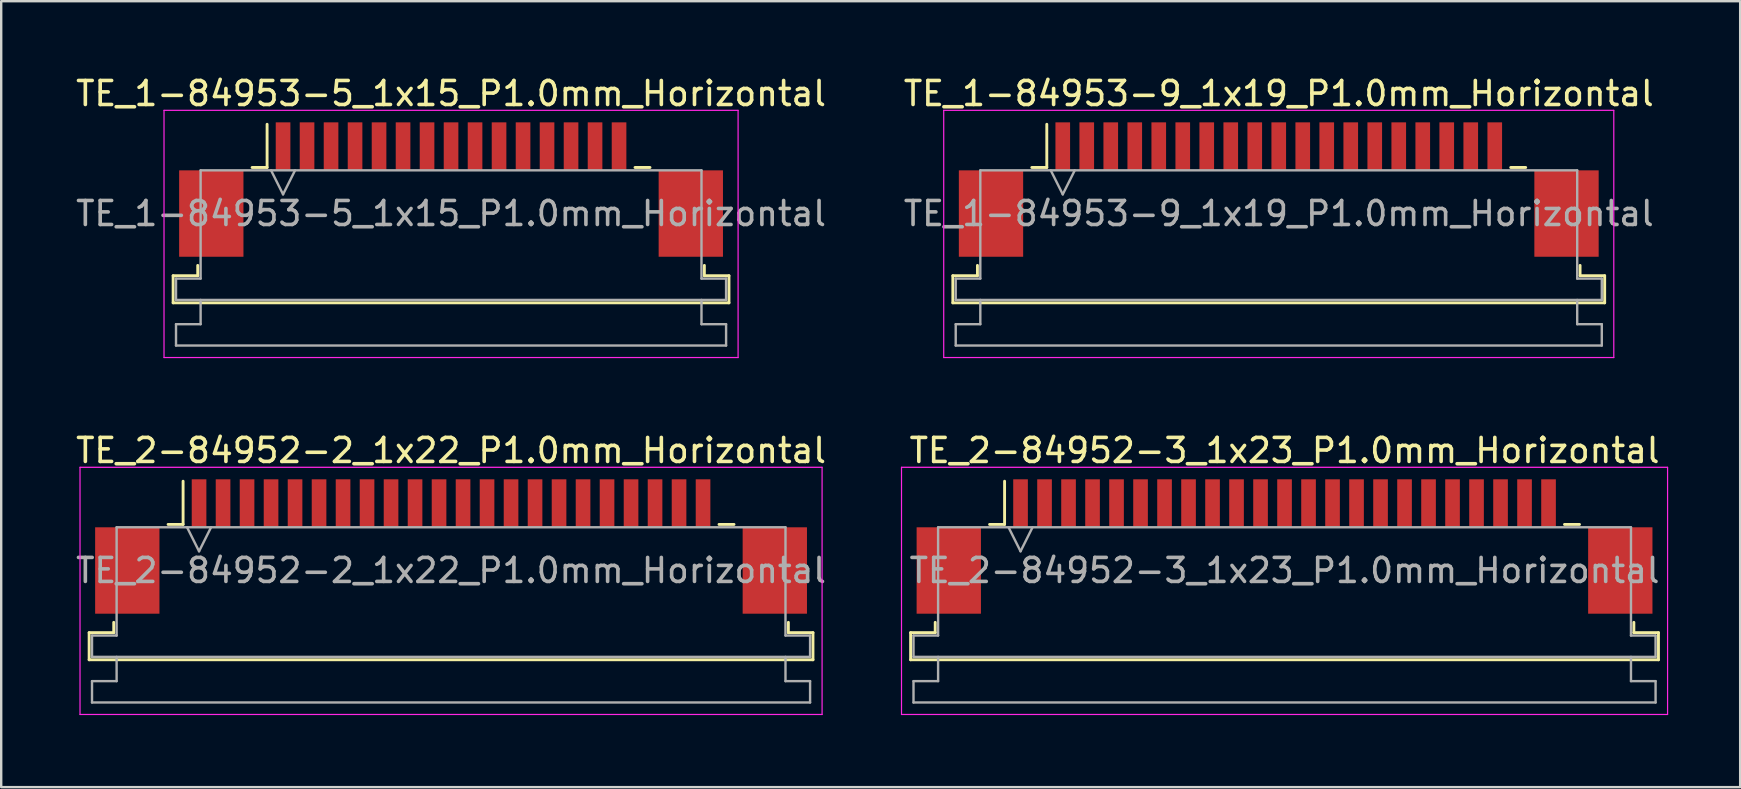
<source format=kicad_pcb>
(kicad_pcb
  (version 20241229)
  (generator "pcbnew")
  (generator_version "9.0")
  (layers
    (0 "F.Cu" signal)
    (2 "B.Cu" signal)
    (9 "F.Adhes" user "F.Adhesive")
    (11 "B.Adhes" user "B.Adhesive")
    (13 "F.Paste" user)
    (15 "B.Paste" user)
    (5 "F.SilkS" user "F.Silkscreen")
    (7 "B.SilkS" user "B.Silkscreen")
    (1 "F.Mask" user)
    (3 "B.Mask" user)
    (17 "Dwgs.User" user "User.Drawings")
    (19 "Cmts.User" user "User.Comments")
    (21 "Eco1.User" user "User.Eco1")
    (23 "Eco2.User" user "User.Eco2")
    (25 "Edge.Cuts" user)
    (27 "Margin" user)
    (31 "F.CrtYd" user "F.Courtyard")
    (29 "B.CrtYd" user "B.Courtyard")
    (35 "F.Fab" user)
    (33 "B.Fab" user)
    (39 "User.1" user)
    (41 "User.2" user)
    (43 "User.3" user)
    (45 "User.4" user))
  (footprint "TE_2-84952-3_1x23_P1.0mm_Horizontal"
    (layer "F.Cu")
    (at 50.473 19.721)
    (property "Reference" "TE_2-84952-3_1x23_P1.0mm_Horizontal" (at 0 -4 0) (layer "F.SilkS") (effects (font (size 1 1) (thickness 0.15))))
    (attr smd)
    (fp_line (start -15.58 3.59) (end -14.555 3.59) (stroke (width 0.12) (type solid)) (layer "F.SilkS"))
    (fp_line (start -15.58 4.72) (end -15.58 3.59) (stroke (width 0.12) (type solid)) (layer "F.SilkS"))
    (fp_line (start -14.555 3.59) (end -14.555 3.16) (stroke (width 0.12) (type solid)) (layer "F.SilkS"))
    (fp_line (start -12.29 -0.92) (end -11.665 -0.92) (stroke (width 0.12) (type solid)) (layer "F.SilkS"))
    (fp_line (start -11.665 -0.92) (end -11.665 -2.72) (stroke (width 0.12) (type solid)) (layer "F.SilkS"))
    (fp_line (start 11.665 -0.92) (end 12.29 -0.92) (stroke (width 0.12) (type solid)) (layer "F.SilkS"))
    (fp_line (start 14.555 3.16) (end 14.555 3.59) (stroke (width 0.12) (type solid)) (layer "F.SilkS"))
    (fp_line (start 14.555 3.59) (end 15.58 3.59) (stroke (width 0.12) (type solid)) (layer "F.SilkS"))
    (fp_line (start 15.58 3.59) (end 15.58 4.72) (stroke (width 0.12) (type solid)) (layer "F.SilkS"))
    (fp_line (start 15.58 4.72) (end -15.58 4.72) (stroke (width 0.12) (type solid)) (layer "F.SilkS"))
    (fp_line (start -15.96 -3.3) (end -15.96 7) (stroke (width 0.05) (type solid)) (layer "F.CrtYd"))
    (fp_line (start -15.96 7) (end 15.96 7) (stroke (width 0.05) (type solid)) (layer "F.CrtYd"))
    (fp_line (start 15.96 -3.3) (end -15.96 -3.3) (stroke (width 0.05) (type solid)) (layer "F.CrtYd"))
    (fp_line (start 15.96 7) (end 15.96 -3.3) (stroke (width 0.05) (type solid)) (layer "F.CrtYd"))
    (fp_line (start -15.46 3.71) (end -14.435 3.71) (stroke (width 0.1) (type solid)) (layer "F.Fab"))
    (fp_line (start -15.46 4.6) (end -15.46 3.71) (stroke (width 0.1) (type solid)) (layer "F.Fab"))
    (fp_line (start -15.46 5.61) (end -14.435 5.61) (stroke (width 0.1) (type solid)) (layer "F.Fab"))
    (fp_line (start -15.46 6.5) (end -15.46 5.61) (stroke (width 0.1) (type solid)) (layer "F.Fab"))
    (fp_line (start -14.435 -0.8) (end 14.435 -0.8) (stroke (width 0.1) (type solid)) (layer "F.Fab"))
    (fp_line (start -14.435 3.71) (end -14.435 -0.8) (stroke (width 0.1) (type solid)) (layer "F.Fab"))
    (fp_line (start -14.435 5.61) (end -14.435 4.6) (stroke (width 0.1) (type solid)) (layer "F.Fab"))
    (fp_line (start -11.5 -0.8) (end -11 0.2) (stroke (width 0.1) (type solid)) (layer "F.Fab"))
    (fp_line (start -11 0.2) (end -10.5 -0.8) (stroke (width 0.1) (type solid)) (layer "F.Fab"))
    (fp_line (start 14.435 -0.8) (end 14.435 3.71) (stroke (width 0.1) (type solid)) (layer "F.Fab"))
    (fp_line (start 14.435 3.71) (end 15.46 3.71) (stroke (width 0.1) (type solid)) (layer "F.Fab"))
    (fp_line (start 14.435 4.6) (end 14.435 5.61) (stroke (width 0.1) (type solid)) (layer "F.Fab"))
    (fp_line (start 14.435 5.61) (end 15.46 5.61) (stroke (width 0.1) (type solid)) (layer "F.Fab"))
    (fp_line (start 15.46 3.71) (end 15.46 4.6) (stroke (width 0.1) (type solid)) (layer "F.Fab"))
    (fp_line (start 15.46 4.6) (end -15.46 4.6) (stroke (width 0.1) (type solid)) (layer "F.Fab"))
    (fp_line (start 15.46 5.61) (end 15.46 6.5) (stroke (width 0.1) (type solid)) (layer "F.Fab"))
    (fp_line (start 15.46 6.5) (end -15.46 6.5) (stroke (width 0.1) (type solid)) (layer "F.Fab"))
    (fp_text user "${REFERENCE}" (at 0 1 0) (layer "F.Fab") (effects (font (size 1 1) (thickness 0.15))))
    (pad "" smd rect (at -13.99 1) (size 2.68 3.6) (layers "F.Cu" "F.Mask" "F.Paste"))
    (pad "" smd rect (at 13.99 1) (size 2.68 3.6) (layers "F.Cu" "F.Mask" "F.Paste"))
    (pad "1" smd rect (at -11 -1.8) (size 0.61 2) (layers "F.Cu" "F.Mask" "F.Paste"))
    (pad "2" smd rect (at -10 -1.8) (size 0.61 2) (layers "F.Cu" "F.Mask" "F.Paste"))
    (pad "3" smd rect (at -9 -1.8) (size 0.61 2) (layers "F.Cu" "F.Mask" "F.Paste"))
    (pad "4" smd rect (at -8 -1.8) (size 0.61 2) (layers "F.Cu" "F.Mask" "F.Paste"))
    (pad "5" smd rect (at -7 -1.8) (size 0.61 2) (layers "F.Cu" "F.Mask" "F.Paste"))
    (pad "6" smd rect (at -6 -1.8) (size 0.61 2) (layers "F.Cu" "F.Mask" "F.Paste"))
    (pad "7" smd rect (at -5 -1.8) (size 0.61 2) (layers "F.Cu" "F.Mask" "F.Paste"))
    (pad "8" smd rect (at -4 -1.8) (size 0.61 2) (layers "F.Cu" "F.Mask" "F.Paste"))
    (pad "9" smd rect (at -3 -1.8) (size 0.61 2) (layers "F.Cu" "F.Mask" "F.Paste"))
    (pad "10" smd rect (at -2 -1.8) (size 0.61 2) (layers "F.Cu" "F.Mask" "F.Paste"))
    (pad "11" smd rect (at -1 -1.8) (size 0.61 2) (layers "F.Cu" "F.Mask" "F.Paste"))
    (pad "12" smd rect (at 0 -1.8) (size 0.61 2) (layers "F.Cu" "F.Mask" "F.Paste"))
    (pad "13" smd rect (at 1 -1.8) (size 0.61 2) (layers "F.Cu" "F.Mask" "F.Paste"))
    (pad "14" smd rect (at 2 -1.8) (size 0.61 2) (layers "F.Cu" "F.Mask" "F.Paste"))
    (pad "15" smd rect (at 3 -1.8) (size 0.61 2) (layers "F.Cu" "F.Mask" "F.Paste"))
    (pad "16" smd rect (at 4 -1.8) (size 0.61 2) (layers "F.Cu" "F.Mask" "F.Paste"))
    (pad "17" smd rect (at 5 -1.8) (size 0.61 2) (layers "F.Cu" "F.Mask" "F.Paste"))
    (pad "18" smd rect (at 6 -1.8) (size 0.61 2) (layers "F.Cu" "F.Mask" "F.Paste"))
    (pad "19" smd rect (at 7 -1.8) (size 0.61 2) (layers "F.Cu" "F.Mask" "F.Paste"))
    (pad "20" smd rect (at 8 -1.8) (size 0.61 2) (layers "F.Cu" "F.Mask" "F.Paste"))
    (pad "21" smd rect (at 9 -1.8) (size 0.61 2) (layers "F.Cu" "F.Mask" "F.Paste"))
    (pad "22" smd rect (at 10 -1.8) (size 0.61 2) (layers "F.Cu" "F.Mask" "F.Paste"))
    (pad "23" smd rect (at 11 -1.8) (size 0.61 2) (layers "F.Cu" "F.Mask" "F.Paste")))
  (footprint "TE_2-84952-2_1x22_P1.0mm_Horizontal"
    (layer "F.Cu")
    (at 15.744 19.721)
    (property "Reference" "TE_2-84952-2_1x22_P1.0mm_Horizontal" (at 0 -4 0) (layer "F.SilkS") (effects (font (size 1 1) (thickness 0.15))))
    (attr smd)
    (fp_line (start -15.08 3.59) (end -14.055 3.59) (stroke (width 0.12) (type solid)) (layer "F.SilkS"))
    (fp_line (start -15.08 4.72) (end -15.08 3.59) (stroke (width 0.12) (type solid)) (layer "F.SilkS"))
    (fp_line (start -14.055 3.59) (end -14.055 3.16) (stroke (width 0.12) (type solid)) (layer "F.SilkS"))
    (fp_line (start -11.79 -0.92) (end -11.165 -0.92) (stroke (width 0.12) (type solid)) (layer "F.SilkS"))
    (fp_line (start -11.165 -0.92) (end -11.165 -2.72) (stroke (width 0.12) (type solid)) (layer "F.SilkS"))
    (fp_line (start 11.165 -0.92) (end 11.79 -0.92) (stroke (width 0.12) (type solid)) (layer "F.SilkS"))
    (fp_line (start 14.055 3.16) (end 14.055 3.59) (stroke (width 0.12) (type solid)) (layer "F.SilkS"))
    (fp_line (start 14.055 3.59) (end 15.08 3.59) (stroke (width 0.12) (type solid)) (layer "F.SilkS"))
    (fp_line (start 15.08 3.59) (end 15.08 4.72) (stroke (width 0.12) (type solid)) (layer "F.SilkS"))
    (fp_line (start 15.08 4.72) (end -15.08 4.72) (stroke (width 0.12) (type solid)) (layer "F.SilkS"))
    (fp_line (start -15.46 -3.3) (end -15.46 7) (stroke (width 0.05) (type solid)) (layer "F.CrtYd"))
    (fp_line (start -15.46 7) (end 15.46 7) (stroke (width 0.05) (type solid)) (layer "F.CrtYd"))
    (fp_line (start 15.46 -3.3) (end -15.46 -3.3) (stroke (width 0.05) (type solid)) (layer "F.CrtYd"))
    (fp_line (start 15.46 7) (end 15.46 -3.3) (stroke (width 0.05) (type solid)) (layer "F.CrtYd"))
    (fp_line (start -14.96 3.71) (end -13.935 3.71) (stroke (width 0.1) (type solid)) (layer "F.Fab"))
    (fp_line (start -14.96 4.6) (end -14.96 3.71) (stroke (width 0.1) (type solid)) (layer "F.Fab"))
    (fp_line (start -14.96 5.61) (end -13.935 5.61) (stroke (width 0.1) (type solid)) (layer "F.Fab"))
    (fp_line (start -14.96 6.5) (end -14.96 5.61) (stroke (width 0.1) (type solid)) (layer "F.Fab"))
    (fp_line (start -13.935 -0.8) (end 13.935 -0.8) (stroke (width 0.1) (type solid)) (layer "F.Fab"))
    (fp_line (start -13.935 3.71) (end -13.935 -0.8) (stroke (width 0.1) (type solid)) (layer "F.Fab"))
    (fp_line (start -13.935 5.61) (end -13.935 4.6) (stroke (width 0.1) (type solid)) (layer "F.Fab"))
    (fp_line (start -11 -0.8) (end -10.5 0.2) (stroke (width 0.1) (type solid)) (layer "F.Fab"))
    (fp_line (start -10.5 0.2) (end -10 -0.8) (stroke (width 0.1) (type solid)) (layer "F.Fab"))
    (fp_line (start 13.935 -0.8) (end 13.935 3.71) (stroke (width 0.1) (type solid)) (layer "F.Fab"))
    (fp_line (start 13.935 3.71) (end 14.96 3.71) (stroke (width 0.1) (type solid)) (layer "F.Fab"))
    (fp_line (start 13.935 4.6) (end 13.935 5.61) (stroke (width 0.1) (type solid)) (layer "F.Fab"))
    (fp_line (start 13.935 5.61) (end 14.96 5.61) (stroke (width 0.1) (type solid)) (layer "F.Fab"))
    (fp_line (start 14.96 3.71) (end 14.96 4.6) (stroke (width 0.1) (type solid)) (layer "F.Fab"))
    (fp_line (start 14.96 4.6) (end -14.96 4.6) (stroke (width 0.1) (type solid)) (layer "F.Fab"))
    (fp_line (start 14.96 5.61) (end 14.96 6.5) (stroke (width 0.1) (type solid)) (layer "F.Fab"))
    (fp_line (start 14.96 6.5) (end -14.96 6.5) (stroke (width 0.1) (type solid)) (layer "F.Fab"))
    (fp_text user "${REFERENCE}" (at 0 1 0) (layer "F.Fab") (effects (font (size 1 1) (thickness 0.15))))
    (pad "" smd rect (at -13.49 1) (size 2.68 3.6) (layers "F.Cu" "F.Mask" "F.Paste"))
    (pad "" smd rect (at 13.49 1) (size 2.68 3.6) (layers "F.Cu" "F.Mask" "F.Paste"))
    (pad "1" smd rect (at -10.5 -1.8) (size 0.61 2) (layers "F.Cu" "F.Mask" "F.Paste"))
    (pad "2" smd rect (at -9.5 -1.8) (size 0.61 2) (layers "F.Cu" "F.Mask" "F.Paste"))
    (pad "3" smd rect (at -8.5 -1.8) (size 0.61 2) (layers "F.Cu" "F.Mask" "F.Paste"))
    (pad "4" smd rect (at -7.5 -1.8) (size 0.61 2) (layers "F.Cu" "F.Mask" "F.Paste"))
    (pad "5" smd rect (at -6.5 -1.8) (size 0.61 2) (layers "F.Cu" "F.Mask" "F.Paste"))
    (pad "6" smd rect (at -5.5 -1.8) (size 0.61 2) (layers "F.Cu" "F.Mask" "F.Paste"))
    (pad "7" smd rect (at -4.5 -1.8) (size 0.61 2) (layers "F.Cu" "F.Mask" "F.Paste"))
    (pad "8" smd rect (at -3.5 -1.8) (size 0.61 2) (layers "F.Cu" "F.Mask" "F.Paste"))
    (pad "9" smd rect (at -2.5 -1.8) (size 0.61 2) (layers "F.Cu" "F.Mask" "F.Paste"))
    (pad "10" smd rect (at -1.5 -1.8) (size 0.61 2) (layers "F.Cu" "F.Mask" "F.Paste"))
    (pad "11" smd rect (at -0.5 -1.8) (size 0.61 2) (layers "F.Cu" "F.Mask" "F.Paste"))
    (pad "12" smd rect (at 0.5 -1.8) (size 0.61 2) (layers "F.Cu" "F.Mask" "F.Paste"))
    (pad "13" smd rect (at 1.5 -1.8) (size 0.61 2) (layers "F.Cu" "F.Mask" "F.Paste"))
    (pad "14" smd rect (at 2.5 -1.8) (size 0.61 2) (layers "F.Cu" "F.Mask" "F.Paste"))
    (pad "15" smd rect (at 3.5 -1.8) (size 0.61 2) (layers "F.Cu" "F.Mask" "F.Paste"))
    (pad "16" smd rect (at 4.5 -1.8) (size 0.61 2) (layers "F.Cu" "F.Mask" "F.Paste"))
    (pad "17" smd rect (at 5.5 -1.8) (size 0.61 2) (layers "F.Cu" "F.Mask" "F.Paste"))
    (pad "18" smd rect (at 6.5 -1.8) (size 0.61 2) (layers "F.Cu" "F.Mask" "F.Paste"))
    (pad "19" smd rect (at 7.5 -1.8) (size 0.61 2) (layers "F.Cu" "F.Mask" "F.Paste"))
    (pad "20" smd rect (at 8.5 -1.8) (size 0.61 2) (layers "F.Cu" "F.Mask" "F.Paste"))
    (pad "21" smd rect (at 9.5 -1.8) (size 0.61 2) (layers "F.Cu" "F.Mask" "F.Paste"))
    (pad "22" smd rect (at 10.5 -1.8) (size 0.61 2) (layers "F.Cu" "F.Mask" "F.Paste")))
  (footprint "TE_1-84953-5_1x15_P1.0mm_Horizontal"
    (layer "F.Cu")
    (at 15.744 4.848)
    (property "Reference" "TE_1-84953-5_1x15_P1.0mm_Horizontal" (at 0 -4 0) (layer "F.SilkS") (effects (font (size 1 1) (thickness 0.15))))
    (attr smd)
    (fp_line (start -11.58 3.59) (end -10.555 3.59) (stroke (width 0.12) (type solid)) (layer "F.SilkS"))
    (fp_line (start -11.58 4.72) (end -11.58 3.59) (stroke (width 0.12) (type solid)) (layer "F.SilkS"))
    (fp_line (start -10.555 3.59) (end -10.555 3.16) (stroke (width 0.12) (type solid)) (layer "F.SilkS"))
    (fp_line (start -8.29 -0.92) (end -7.665 -0.92) (stroke (width 0.12) (type solid)) (layer "F.SilkS"))
    (fp_line (start -7.665 -0.92) (end -7.665 -2.72) (stroke (width 0.12) (type solid)) (layer "F.SilkS"))
    (fp_line (start 7.665 -0.92) (end 8.29 -0.92) (stroke (width 0.12) (type solid)) (layer "F.SilkS"))
    (fp_line (start 10.555 3.16) (end 10.555 3.59) (stroke (width 0.12) (type solid)) (layer "F.SilkS"))
    (fp_line (start 10.555 3.59) (end 11.58 3.59) (stroke (width 0.12) (type solid)) (layer "F.SilkS"))
    (fp_line (start 11.58 3.59) (end 11.58 4.72) (stroke (width 0.12) (type solid)) (layer "F.SilkS"))
    (fp_line (start 11.58 4.72) (end -11.58 4.72) (stroke (width 0.12) (type solid)) (layer "F.SilkS"))
    (fp_line (start -11.96 -3.3) (end -11.96 7) (stroke (width 0.05) (type solid)) (layer "F.CrtYd"))
    (fp_line (start -11.96 7) (end 11.96 7) (stroke (width 0.05) (type solid)) (layer "F.CrtYd"))
    (fp_line (start 11.96 -3.3) (end -11.96 -3.3) (stroke (width 0.05) (type solid)) (layer "F.CrtYd"))
    (fp_line (start 11.96 7) (end 11.96 -3.3) (stroke (width 0.05) (type solid)) (layer "F.CrtYd"))
    (fp_line (start -11.46 3.71) (end -10.435 3.71) (stroke (width 0.1) (type solid)) (layer "F.Fab"))
    (fp_line (start -11.46 4.6) (end -11.46 3.71) (stroke (width 0.1) (type solid)) (layer "F.Fab"))
    (fp_line (start -11.46 5.61) (end -10.435 5.61) (stroke (width 0.1) (type solid)) (layer "F.Fab"))
    (fp_line (start -11.46 6.5) (end -11.46 5.61) (stroke (width 0.1) (type solid)) (layer "F.Fab"))
    (fp_line (start -10.435 -0.8) (end 10.435 -0.8) (stroke (width 0.1) (type solid)) (layer "F.Fab"))
    (fp_line (start -10.435 3.71) (end -10.435 -0.8) (stroke (width 0.1) (type solid)) (layer "F.Fab"))
    (fp_line (start -10.435 5.61) (end -10.435 4.6) (stroke (width 0.1) (type solid)) (layer "F.Fab"))
    (fp_line (start -7.5 -0.8) (end -7 0.2) (stroke (width 0.1) (type solid)) (layer "F.Fab"))
    (fp_line (start -7 0.2) (end -6.5 -0.8) (stroke (width 0.1) (type solid)) (layer "F.Fab"))
    (fp_line (start 10.435 -0.8) (end 10.435 3.71) (stroke (width 0.1) (type solid)) (layer "F.Fab"))
    (fp_line (start 10.435 3.71) (end 11.46 3.71) (stroke (width 0.1) (type solid)) (layer "F.Fab"))
    (fp_line (start 10.435 4.6) (end 10.435 5.61) (stroke (width 0.1) (type solid)) (layer "F.Fab"))
    (fp_line (start 10.435 5.61) (end 11.46 5.61) (stroke (width 0.1) (type solid)) (layer "F.Fab"))
    (fp_line (start 11.46 3.71) (end 11.46 4.6) (stroke (width 0.1) (type solid)) (layer "F.Fab"))
    (fp_line (start 11.46 4.6) (end -11.46 4.6) (stroke (width 0.1) (type solid)) (layer "F.Fab"))
    (fp_line (start 11.46 5.61) (end 11.46 6.5) (stroke (width 0.1) (type solid)) (layer "F.Fab"))
    (fp_line (start 11.46 6.5) (end -11.46 6.5) (stroke (width 0.1) (type solid)) (layer "F.Fab"))
    (fp_text user "${REFERENCE}" (at 0 1 0) (layer "F.Fab") (effects (font (size 1 1) (thickness 0.15))))
    (pad "" smd rect (at -9.99 1) (size 2.68 3.6) (layers "F.Cu" "F.Mask" "F.Paste"))
    (pad "" smd rect (at 9.99 1) (size 2.68 3.6) (layers "F.Cu" "F.Mask" "F.Paste"))
    (pad "1" smd rect (at -7 -1.8) (size 0.61 2) (layers "F.Cu" "F.Mask" "F.Paste"))
    (pad "2" smd rect (at -6 -1.8) (size 0.61 2) (layers "F.Cu" "F.Mask" "F.Paste"))
    (pad "3" smd rect (at -5 -1.8) (size 0.61 2) (layers "F.Cu" "F.Mask" "F.Paste"))
    (pad "4" smd rect (at -4 -1.8) (size 0.61 2) (layers "F.Cu" "F.Mask" "F.Paste"))
    (pad "5" smd rect (at -3 -1.8) (size 0.61 2) (layers "F.Cu" "F.Mask" "F.Paste"))
    (pad "6" smd rect (at -2 -1.8) (size 0.61 2) (layers "F.Cu" "F.Mask" "F.Paste"))
    (pad "7" smd rect (at -1 -1.8) (size 0.61 2) (layers "F.Cu" "F.Mask" "F.Paste"))
    (pad "8" smd rect (at 0 -1.8) (size 0.61 2) (layers "F.Cu" "F.Mask" "F.Paste"))
    (pad "9" smd rect (at 1 -1.8) (size 0.61 2) (layers "F.Cu" "F.Mask" "F.Paste"))
    (pad "10" smd rect (at 2 -1.8) (size 0.61 2) (layers "F.Cu" "F.Mask" "F.Paste"))
    (pad "11" smd rect (at 3 -1.8) (size 0.61 2) (layers "F.Cu" "F.Mask" "F.Paste"))
    (pad "12" smd rect (at 4 -1.8) (size 0.61 2) (layers "F.Cu" "F.Mask" "F.Paste"))
    (pad "13" smd rect (at 5 -1.8) (size 0.61 2) (layers "F.Cu" "F.Mask" "F.Paste"))
    (pad "14" smd rect (at 6 -1.8) (size 0.61 2) (layers "F.Cu" "F.Mask" "F.Paste"))
    (pad "15" smd rect (at 7 -1.8) (size 0.61 2) (layers "F.Cu" "F.Mask" "F.Paste")))
  (footprint "TE_1-84953-9_1x19_P1.0mm_Horizontal"
    (layer "F.Cu")
    (at 50.232 4.848)
    (property "Reference" "TE_1-84953-9_1x19_P1.0mm_Horizontal" (at 0 -4 0) (layer "F.SilkS") (effects (font (size 1 1) (thickness 0.15))))
    (attr smd)
    (fp_line (start -13.58 3.59) (end -12.555 3.59) (stroke (width 0.12) (type solid)) (layer "F.SilkS"))
    (fp_line (start -13.58 4.72) (end -13.58 3.59) (stroke (width 0.12) (type solid)) (layer "F.SilkS"))
    (fp_line (start -12.555 3.59) (end -12.555 3.16) (stroke (width 0.12) (type solid)) (layer "F.SilkS"))
    (fp_line (start -10.29 -0.92) (end -9.665 -0.92) (stroke (width 0.12) (type solid)) (layer "F.SilkS"))
    (fp_line (start -9.665 -0.92) (end -9.665 -2.72) (stroke (width 0.12) (type solid)) (layer "F.SilkS"))
    (fp_line (start 9.665 -0.92) (end 10.29 -0.92) (stroke (width 0.12) (type solid)) (layer "F.SilkS"))
    (fp_line (start 12.555 3.16) (end 12.555 3.59) (stroke (width 0.12) (type solid)) (layer "F.SilkS"))
    (fp_line (start 12.555 3.59) (end 13.58 3.59) (stroke (width 0.12) (type solid)) (layer "F.SilkS"))
    (fp_line (start 13.58 3.59) (end 13.58 4.72) (stroke (width 0.12) (type solid)) (layer "F.SilkS"))
    (fp_line (start 13.58 4.72) (end -13.58 4.72) (stroke (width 0.12) (type solid)) (layer "F.SilkS"))
    (fp_line (start -13.96 -3.3) (end -13.96 7) (stroke (width 0.05) (type solid)) (layer "F.CrtYd"))
    (fp_line (start -13.96 7) (end 13.96 7) (stroke (width 0.05) (type solid)) (layer "F.CrtYd"))
    (fp_line (start 13.96 -3.3) (end -13.96 -3.3) (stroke (width 0.05) (type solid)) (layer "F.CrtYd"))
    (fp_line (start 13.96 7) (end 13.96 -3.3) (stroke (width 0.05) (type solid)) (layer "F.CrtYd"))
    (fp_line (start -13.46 3.71) (end -12.435 3.71) (stroke (width 0.1) (type solid)) (layer "F.Fab"))
    (fp_line (start -13.46 4.6) (end -13.46 3.71) (stroke (width 0.1) (type solid)) (layer "F.Fab"))
    (fp_line (start -13.46 5.61) (end -12.435 5.61) (stroke (width 0.1) (type solid)) (layer "F.Fab"))
    (fp_line (start -13.46 6.5) (end -13.46 5.61) (stroke (width 0.1) (type solid)) (layer "F.Fab"))
    (fp_line (start -12.435 -0.8) (end 12.435 -0.8) (stroke (width 0.1) (type solid)) (layer "F.Fab"))
    (fp_line (start -12.435 3.71) (end -12.435 -0.8) (stroke (width 0.1) (type solid)) (layer "F.Fab"))
    (fp_line (start -12.435 5.61) (end -12.435 4.6) (stroke (width 0.1) (type solid)) (layer "F.Fab"))
    (fp_line (start -9.5 -0.8) (end -9 0.2) (stroke (width 0.1) (type solid)) (layer "F.Fab"))
    (fp_line (start -9 0.2) (end -8.5 -0.8) (stroke (width 0.1) (type solid)) (layer "F.Fab"))
    (fp_line (start 12.435 -0.8) (end 12.435 3.71) (stroke (width 0.1) (type solid)) (layer "F.Fab"))
    (fp_line (start 12.435 3.71) (end 13.46 3.71) (stroke (width 0.1) (type solid)) (layer "F.Fab"))
    (fp_line (start 12.435 4.6) (end 12.435 5.61) (stroke (width 0.1) (type solid)) (layer "F.Fab"))
    (fp_line (start 12.435 5.61) (end 13.46 5.61) (stroke (width 0.1) (type solid)) (layer "F.Fab"))
    (fp_line (start 13.46 3.71) (end 13.46 4.6) (stroke (width 0.1) (type solid)) (layer "F.Fab"))
    (fp_line (start 13.46 4.6) (end -13.46 4.6) (stroke (width 0.1) (type solid)) (layer "F.Fab"))
    (fp_line (start 13.46 5.61) (end 13.46 6.5) (stroke (width 0.1) (type solid)) (layer "F.Fab"))
    (fp_line (start 13.46 6.5) (end -13.46 6.5) (stroke (width 0.1) (type solid)) (layer "F.Fab"))
    (fp_text user "${REFERENCE}" (at 0 1 0) (layer "F.Fab") (effects (font (size 1 1) (thickness 0.15))))
    (pad "" smd rect (at -11.99 1) (size 2.68 3.6) (layers "F.Cu" "F.Mask" "F.Paste"))
    (pad "" smd rect (at 11.99 1) (size 2.68 3.6) (layers "F.Cu" "F.Mask" "F.Paste"))
    (pad "1" smd rect (at -9 -1.8) (size 0.61 2) (layers "F.Cu" "F.Mask" "F.Paste"))
    (pad "2" smd rect (at -8 -1.8) (size 0.61 2) (layers "F.Cu" "F.Mask" "F.Paste"))
    (pad "3" smd rect (at -7 -1.8) (size 0.61 2) (layers "F.Cu" "F.Mask" "F.Paste"))
    (pad "4" smd rect (at -6 -1.8) (size 0.61 2) (layers "F.Cu" "F.Mask" "F.Paste"))
    (pad "5" smd rect (at -5 -1.8) (size 0.61 2) (layers "F.Cu" "F.Mask" "F.Paste"))
    (pad "6" smd rect (at -4 -1.8) (size 0.61 2) (layers "F.Cu" "F.Mask" "F.Paste"))
    (pad "7" smd rect (at -3 -1.8) (size 0.61 2) (layers "F.Cu" "F.Mask" "F.Paste"))
    (pad "8" smd rect (at -2 -1.8) (size 0.61 2) (layers "F.Cu" "F.Mask" "F.Paste"))
    (pad "9" smd rect (at -1 -1.8) (size 0.61 2) (layers "F.Cu" "F.Mask" "F.Paste"))
    (pad "10" smd rect (at 0 -1.8) (size 0.61 2) (layers "F.Cu" "F.Mask" "F.Paste"))
    (pad "11" smd rect (at 1 -1.8) (size 0.61 2) (layers "F.Cu" "F.Mask" "F.Paste"))
    (pad "12" smd rect (at 2 -1.8) (size 0.61 2) (layers "F.Cu" "F.Mask" "F.Paste"))
    (pad "13" smd rect (at 3 -1.8) (size 0.61 2) (layers "F.Cu" "F.Mask" "F.Paste"))
    (pad "14" smd rect (at 4 -1.8) (size 0.61 2) (layers "F.Cu" "F.Mask" "F.Paste"))
    (pad "15" smd rect (at 5 -1.8) (size 0.61 2) (layers "F.Cu" "F.Mask" "F.Paste"))
    (pad "16" smd rect (at 6 -1.8) (size 0.61 2) (layers "F.Cu" "F.Mask" "F.Paste"))
    (pad "17" smd rect (at 7 -1.8) (size 0.61 2) (layers "F.Cu" "F.Mask" "F.Paste"))
    (pad "18" smd rect (at 8 -1.8) (size 0.61 2) (layers "F.Cu" "F.Mask" "F.Paste"))
    (pad "19" smd rect (at 9 -1.8) (size 0.61 2) (layers "F.Cu" "F.Mask" "F.Paste")))
  (gr_rect
    (start -3 -3)
    (end 69.458 29.747)
    (stroke (width 0.1) (type default))
    (fill no)
    (layer "Edge.Cuts")))
</source>
